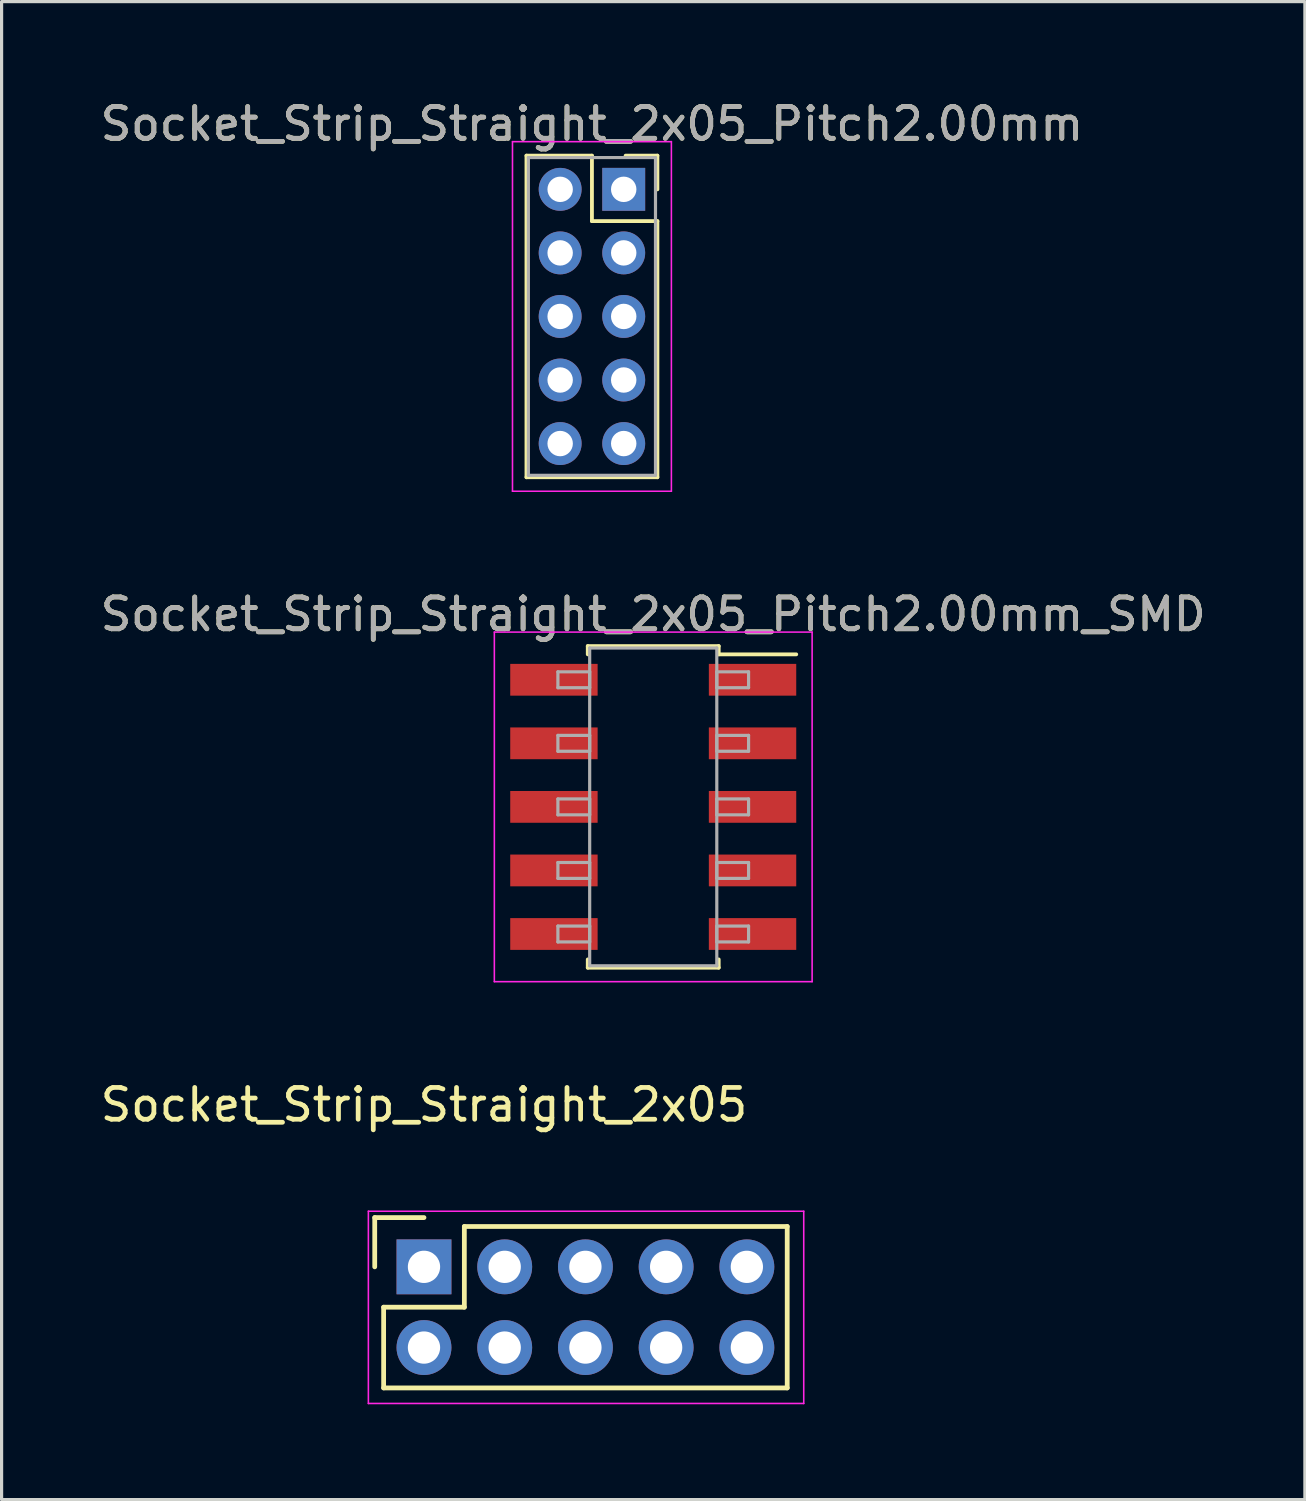
<source format=kicad_pcb>
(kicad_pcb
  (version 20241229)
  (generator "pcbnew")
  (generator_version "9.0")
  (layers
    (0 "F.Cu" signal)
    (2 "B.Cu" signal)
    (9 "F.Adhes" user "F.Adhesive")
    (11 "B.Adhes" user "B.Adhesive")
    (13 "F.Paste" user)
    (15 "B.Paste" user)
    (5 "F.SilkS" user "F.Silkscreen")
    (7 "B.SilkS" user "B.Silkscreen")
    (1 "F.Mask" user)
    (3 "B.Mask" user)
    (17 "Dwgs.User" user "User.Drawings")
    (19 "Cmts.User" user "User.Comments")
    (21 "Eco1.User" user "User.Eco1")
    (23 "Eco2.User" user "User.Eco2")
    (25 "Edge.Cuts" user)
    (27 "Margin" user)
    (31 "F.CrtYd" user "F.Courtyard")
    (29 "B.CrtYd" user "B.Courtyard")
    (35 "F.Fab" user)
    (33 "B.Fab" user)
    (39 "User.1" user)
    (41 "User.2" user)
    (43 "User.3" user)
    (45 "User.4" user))
  (footprint "Socket_Strip_Straight_2x05_Pitch2.00mm_SMD"
    (layer "F.Cu")
    (at 17.506 22.341)
    (property "Reference" "Socket_Strip_Straight_2x05_Pitch2.00mm_SMD" (at 0 -6.06 0) (layer "F.SilkS") (effects (font (size 1 1) (thickness 0.15))))
    (attr smd)
    (fp_line (start -2.06 -5.06) (end 2.06 -5.06) (stroke (width 0.12) (type solid)) (layer "F.SilkS"))
    (fp_line (start -2.06 -4.8) (end -2.06 -5.06) (stroke (width 0.12) (type solid)) (layer "F.SilkS"))
    (fp_line (start -2.06 4.8) (end -2.06 5.06) (stroke (width 0.12) (type solid)) (layer "F.SilkS"))
    (fp_line (start -2.06 5.06) (end 2.06 5.06) (stroke (width 0.12) (type solid)) (layer "F.SilkS"))
    (fp_line (start 2.06 -5.06) (end 2.06 -4.8) (stroke (width 0.12) (type solid)) (layer "F.SilkS"))
    (fp_line (start 2.06 5.06) (end 2.06 4.8) (stroke (width 0.12) (type solid)) (layer "F.SilkS"))
    (fp_line (start 4.5 -4.8) (end 2.06 -4.8) (stroke (width 0.12) (type solid)) (layer "F.SilkS"))
    (fp_line (start -5 -5.5) (end -5 5.5) (stroke (width 0.05) (type solid)) (layer "F.CrtYd"))
    (fp_line (start -5 5.5) (end 5 5.5) (stroke (width 0.05) (type solid)) (layer "F.CrtYd"))
    (fp_line (start 5 -5.5) (end -5 -5.5) (stroke (width 0.05) (type solid)) (layer "F.CrtYd"))
    (fp_line (start 5 5.5) (end 5 -5.5) (stroke (width 0.05) (type solid)) (layer "F.CrtYd"))
    (fp_line (start -3 -4.25) (end -2 -4.25) (stroke (width 0.1) (type solid)) (layer "F.Fab"))
    (fp_line (start -3 -3.75) (end -3 -4.25) (stroke (width 0.1) (type solid)) (layer "F.Fab"))
    (fp_line (start -3 -2.25) (end -2 -2.25) (stroke (width 0.1) (type solid)) (layer "F.Fab"))
    (fp_line (start -3 -1.75) (end -3 -2.25) (stroke (width 0.1) (type solid)) (layer "F.Fab"))
    (fp_line (start -3 -0.25) (end -2 -0.25) (stroke (width 0.1) (type solid)) (layer "F.Fab"))
    (fp_line (start -3 0.25) (end -3 -0.25) (stroke (width 0.1) (type solid)) (layer "F.Fab"))
    (fp_line (start -3 1.75) (end -2 1.75) (stroke (width 0.1) (type solid)) (layer "F.Fab"))
    (fp_line (start -3 2.25) (end -3 1.75) (stroke (width 0.1) (type solid)) (layer "F.Fab"))
    (fp_line (start -3 3.75) (end -2 3.75) (stroke (width 0.1) (type solid)) (layer "F.Fab"))
    (fp_line (start -3 4.25) (end -3 3.75) (stroke (width 0.1) (type solid)) (layer "F.Fab"))
    (fp_line (start -2 -5) (end -2 5) (stroke (width 0.1) (type solid)) (layer "F.Fab"))
    (fp_line (start -2 -4.25) (end -2 -3.75) (stroke (width 0.1) (type solid)) (layer "F.Fab"))
    (fp_line (start -2 -3.75) (end -3 -3.75) (stroke (width 0.1) (type solid)) (layer "F.Fab"))
    (fp_line (start -2 -2.25) (end -2 -1.75) (stroke (width 0.1) (type solid)) (layer "F.Fab"))
    (fp_line (start -2 -1.75) (end -3 -1.75) (stroke (width 0.1) (type solid)) (layer "F.Fab"))
    (fp_line (start -2 -0.25) (end -2 0.25) (stroke (width 0.1) (type solid)) (layer "F.Fab"))
    (fp_line (start -2 0.25) (end -3 0.25) (stroke (width 0.1) (type solid)) (layer "F.Fab"))
    (fp_line (start -2 1.75) (end -2 2.25) (stroke (width 0.1) (type solid)) (layer "F.Fab"))
    (fp_line (start -2 2.25) (end -3 2.25) (stroke (width 0.1) (type solid)) (layer "F.Fab"))
    (fp_line (start -2 3.75) (end -2 4.25) (stroke (width 0.1) (type solid)) (layer "F.Fab"))
    (fp_line (start -2 4.25) (end -3 4.25) (stroke (width 0.1) (type solid)) (layer "F.Fab"))
    (fp_line (start -2 5) (end 2 5) (stroke (width 0.1) (type solid)) (layer "F.Fab"))
    (fp_line (start 2 -5) (end -2 -5) (stroke (width 0.1) (type solid)) (layer "F.Fab"))
    (fp_line (start 2 -4.25) (end 2 -3.75) (stroke (width 0.1) (type solid)) (layer "F.Fab"))
    (fp_line (start 2 -3.75) (end 3 -3.75) (stroke (width 0.1) (type solid)) (layer "F.Fab"))
    (fp_line (start 2 -2.25) (end 2 -1.75) (stroke (width 0.1) (type solid)) (layer "F.Fab"))
    (fp_line (start 2 -1.75) (end 3 -1.75) (stroke (width 0.1) (type solid)) (layer "F.Fab"))
    (fp_line (start 2 -0.25) (end 2 0.25) (stroke (width 0.1) (type solid)) (layer "F.Fab"))
    (fp_line (start 2 0.25) (end 3 0.25) (stroke (width 0.1) (type solid)) (layer "F.Fab"))
    (fp_line (start 2 1.75) (end 2 2.25) (stroke (width 0.1) (type solid)) (layer "F.Fab"))
    (fp_line (start 2 2.25) (end 3 2.25) (stroke (width 0.1) (type solid)) (layer "F.Fab"))
    (fp_line (start 2 3.75) (end 2 4.25) (stroke (width 0.1) (type solid)) (layer "F.Fab"))
    (fp_line (start 2 4.25) (end 3 4.25) (stroke (width 0.1) (type solid)) (layer "F.Fab"))
    (fp_line (start 2 5) (end 2 -5) (stroke (width 0.1) (type solid)) (layer "F.Fab"))
    (fp_line (start 3 -4.25) (end 2 -4.25) (stroke (width 0.1) (type solid)) (layer "F.Fab"))
    (fp_line (start 3 -3.75) (end 3 -4.25) (stroke (width 0.1) (type solid)) (layer "F.Fab"))
    (fp_line (start 3 -2.25) (end 2 -2.25) (stroke (width 0.1) (type solid)) (layer "F.Fab"))
    (fp_line (start 3 -1.75) (end 3 -2.25) (stroke (width 0.1) (type solid)) (layer "F.Fab"))
    (fp_line (start 3 -0.25) (end 2 -0.25) (stroke (width 0.1) (type solid)) (layer "F.Fab"))
    (fp_line (start 3 0.25) (end 3 -0.25) (stroke (width 0.1) (type solid)) (layer "F.Fab"))
    (fp_line (start 3 1.75) (end 2 1.75) (stroke (width 0.1) (type solid)) (layer "F.Fab"))
    (fp_line (start 3 2.25) (end 3 1.75) (stroke (width 0.1) (type solid)) (layer "F.Fab"))
    (fp_line (start 3 3.75) (end 2 3.75) (stroke (width 0.1) (type solid)) (layer "F.Fab"))
    (fp_line (start 3 4.25) (end 3 3.75) (stroke (width 0.1) (type solid)) (layer "F.Fab"))
    (fp_text user "${REFERENCE}" (at 0 -6.06 0) (layer "F.Fab") (effects (font (size 1 1) (thickness 0.15))))
    (pad "1" smd rect (at 3.125 -4) (size 2.75 1) (layers "F.Cu" "F.Mask" "F.Paste"))
    (pad "2" smd rect (at -3.125 -4) (size 2.75 1) (layers "F.Cu" "F.Mask" "F.Paste"))
    (pad "3" smd rect (at 3.125 -2) (size 2.75 1) (layers "F.Cu" "F.Mask" "F.Paste"))
    (pad "4" smd rect (at -3.125 -2) (size 2.75 1) (layers "F.Cu" "F.Mask" "F.Paste"))
    (pad "5" smd rect (at 3.125 0) (size 2.75 1) (layers "F.Cu" "F.Mask" "F.Paste"))
    (pad "6" smd rect (at -3.125 0) (size 2.75 1) (layers "F.Cu" "F.Mask" "F.Paste"))
    (pad "7" smd rect (at 3.125 2) (size 2.75 1) (layers "F.Cu" "F.Mask" "F.Paste"))
    (pad "8" smd rect (at -3.125 2) (size 2.75 1) (layers "F.Cu" "F.Mask" "F.Paste"))
    (pad "9" smd rect (at 3.125 4) (size 2.75 1) (layers "F.Cu" "F.Mask" "F.Paste"))
    (pad "10" smd rect (at -3.125 4) (size 2.75 1) (layers "F.Cu" "F.Mask" "F.Paste")))
  (footprint "Socket_Strip_Straight_2x05"
    (layer "F.Cu")
    (at 10.292 36.815)
    (property "Reference" "Socket_Strip_Straight_2x05" (at 0 -5.1 0) (layer "F.SilkS") (effects (font (size 1 1) (thickness 0.15))))
    (attr through_hole)
    (fp_line (start -1.55 -1.55) (end -1.55 0) (stroke (width 0.15) (type solid)) (layer "F.SilkS"))
    (fp_line (start -1.27 1.27) (end 1.27 1.27) (stroke (width 0.15) (type solid)) (layer "F.SilkS"))
    (fp_line (start -1.27 3.81) (end -1.27 1.27) (stroke (width 0.15) (type solid)) (layer "F.SilkS"))
    (fp_line (start -1.27 3.81) (end 11.43 3.81) (stroke (width 0.15) (type solid)) (layer "F.SilkS"))
    (fp_line (start 0 -1.55) (end -1.55 -1.55) (stroke (width 0.15) (type solid)) (layer "F.SilkS"))
    (fp_line (start 1.27 1.27) (end 1.27 -1.27) (stroke (width 0.15) (type solid)) (layer "F.SilkS"))
    (fp_line (start 11.43 -1.27) (end 1.27 -1.27) (stroke (width 0.15) (type solid)) (layer "F.SilkS"))
    (fp_line (start 11.43 3.81) (end 11.43 -1.27) (stroke (width 0.15) (type solid)) (layer "F.SilkS"))
    (fp_line (start -1.75 -1.75) (end -1.75 4.3) (stroke (width 0.05) (type solid)) (layer "F.CrtYd"))
    (fp_line (start -1.75 -1.75) (end 11.95 -1.75) (stroke (width 0.05) (type solid)) (layer "F.CrtYd"))
    (fp_line (start -1.75 4.3) (end 11.95 4.3) (stroke (width 0.05) (type solid)) (layer "F.CrtYd"))
    (fp_line (start 11.95 -1.75) (end 11.95 4.3) (stroke (width 0.05) (type solid)) (layer "F.CrtYd"))
    (pad "1" thru_hole rect (at 0 0) (size 1.727 1.727) (drill 1.016) (layers "*.Cu" "*.Mask"))
    (pad "2" thru_hole oval (at 0 2.54) (size 1.727 1.727) (drill 1.016) (layers "*.Cu" "*.Mask"))
    (pad "3" thru_hole oval (at 2.54 0) (size 1.727 1.727) (drill 1.016) (layers "*.Cu" "*.Mask"))
    (pad "4" thru_hole oval (at 2.54 2.54) (size 1.727 1.727) (drill 1.016) (layers "*.Cu" "*.Mask"))
    (pad "5" thru_hole oval (at 5.08 0) (size 1.727 1.727) (drill 1.016) (layers "*.Cu" "*.Mask"))
    (pad "6" thru_hole oval (at 5.08 2.54) (size 1.727 1.727) (drill 1.016) (layers "*.Cu" "*.Mask"))
    (pad "7" thru_hole oval (at 7.62 0) (size 1.727 1.727) (drill 1.016) (layers "*.Cu" "*.Mask"))
    (pad "8" thru_hole oval (at 7.62 2.54) (size 1.727 1.727) (drill 1.016) (layers "*.Cu" "*.Mask"))
    (pad "9" thru_hole oval (at 10.16 0) (size 1.727 1.727) (drill 1.016) (layers "*.Cu" "*.Mask"))
    (pad "10" thru_hole oval (at 10.16 2.54) (size 1.727 1.727) (drill 1.016) (layers "*.Cu" "*.Mask")))
  (footprint "Socket_Strip_Straight_2x05_Pitch2.00mm"
    (layer "F.Cu")
    (at 16.577 2.908)
    (property "Reference" "Socket_Strip_Straight_2x05_Pitch2.00mm" (at -1 -2.06 0) (layer "F.SilkS") (effects (font (size 1 1) (thickness 0.15))))
    (attr through_hole)
    (fp_line (start -3.06 -1.06) (end -1 -1.06) (stroke (width 0.12) (type solid)) (layer "F.SilkS"))
    (fp_line (start -3.06 9.06) (end -3.06 -1.06) (stroke (width 0.12) (type solid)) (layer "F.SilkS"))
    (fp_line (start -1 -1.06) (end -1 1) (stroke (width 0.12) (type solid)) (layer "F.SilkS"))
    (fp_line (start -1 1) (end 1.06 1) (stroke (width 0.12) (type solid)) (layer "F.SilkS"))
    (fp_line (start 1.06 -1.06) (end 0.06 -1.06) (stroke (width 0.12) (type solid)) (layer "F.SilkS"))
    (fp_line (start 1.06 0) (end 1.06 -1.06) (stroke (width 0.12) (type solid)) (layer "F.SilkS"))
    (fp_line (start 1.06 1) (end 1.06 9.06) (stroke (width 0.12) (type solid)) (layer "F.SilkS"))
    (fp_line (start 1.06 9.06) (end -3.06 9.06) (stroke (width 0.12) (type solid)) (layer "F.SilkS"))
    (fp_line (start -3.5 -1.5) (end -3.5 9.5) (stroke (width 0.05) (type solid)) (layer "F.CrtYd"))
    (fp_line (start -3.5 9.5) (end 1.5 9.5) (stroke (width 0.05) (type solid)) (layer "F.CrtYd"))
    (fp_line (start 1.5 -1.5) (end -3.5 -1.5) (stroke (width 0.05) (type solid)) (layer "F.CrtYd"))
    (fp_line (start 1.5 9.5) (end 1.5 -1.5) (stroke (width 0.05) (type solid)) (layer "F.CrtYd"))
    (fp_line (start -3 -1) (end -3 9) (stroke (width 0.1) (type solid)) (layer "F.Fab"))
    (fp_line (start -3 9) (end 1 9) (stroke (width 0.1) (type solid)) (layer "F.Fab"))
    (fp_line (start 1 -1) (end -3 -1) (stroke (width 0.1) (type solid)) (layer "F.Fab"))
    (fp_line (start 1 9) (end 1 -1) (stroke (width 0.1) (type solid)) (layer "F.Fab"))
    (fp_text user "${REFERENCE}" (at -1 -2.06 0) (layer "F.Fab") (effects (font (size 1 1) (thickness 0.15))))
    (pad "1" thru_hole rect (at 0 0) (size 1.35 1.35) (drill 0.8) (layers "*.Cu" "*.Mask"))
    (pad "2" thru_hole oval (at -2 0) (size 1.35 1.35) (drill 0.8) (layers "*.Cu" "*.Mask"))
    (pad "3" thru_hole oval (at 0 2) (size 1.35 1.35) (drill 0.8) (layers "*.Cu" "*.Mask"))
    (pad "4" thru_hole oval (at -2 2) (size 1.35 1.35) (drill 0.8) (layers "*.Cu" "*.Mask"))
    (pad "5" thru_hole oval (at 0 4) (size 1.35 1.35) (drill 0.8) (layers "*.Cu" "*.Mask"))
    (pad "6" thru_hole oval (at -2 4) (size 1.35 1.35) (drill 0.8) (layers "*.Cu" "*.Mask"))
    (pad "7" thru_hole oval (at 0 6) (size 1.35 1.35) (drill 0.8) (layers "*.Cu" "*.Mask"))
    (pad "8" thru_hole oval (at -2 6) (size 1.35 1.35) (drill 0.8) (layers "*.Cu" "*.Mask"))
    (pad "9" thru_hole oval (at 0 8) (size 1.35 1.35) (drill 0.8) (layers "*.Cu" "*.Mask"))
    (pad "10" thru_hole oval (at -2 8) (size 1.35 1.35) (drill 0.8) (layers "*.Cu" "*.Mask")))
  (gr_rect
    (start -3 -3)
    (end 38.012 44.14)
    (stroke (width 0.1) (type default))
    (fill no)
    (layer "Edge.Cuts")))
</source>
